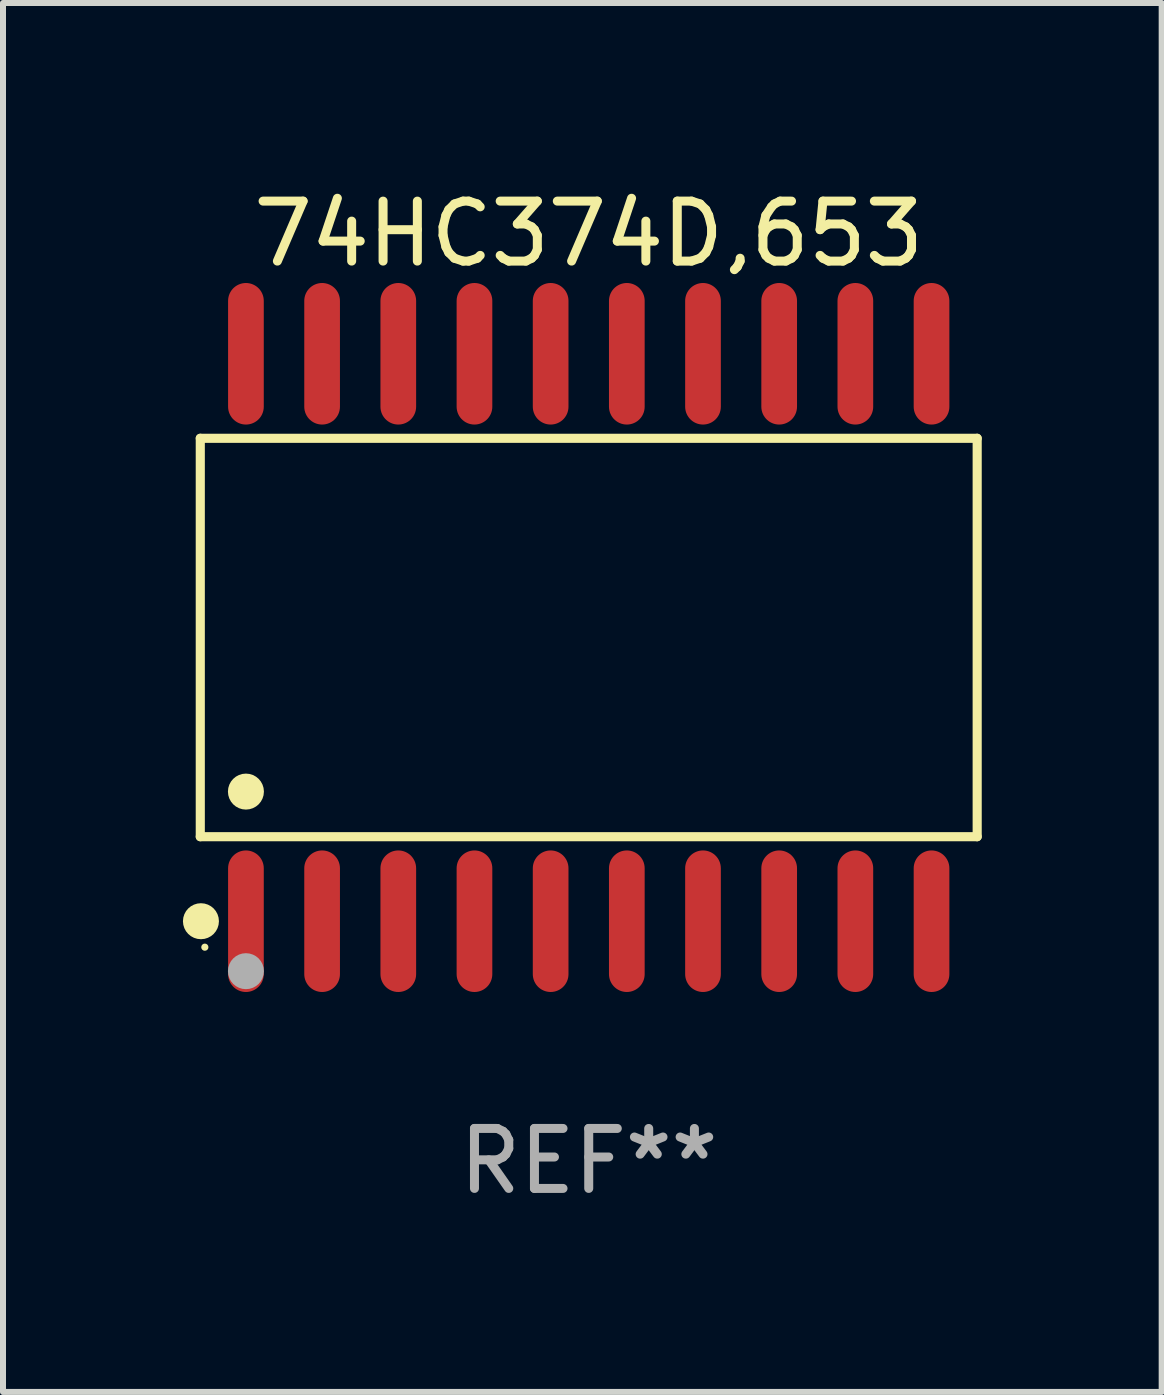
<source format=kicad_pcb>
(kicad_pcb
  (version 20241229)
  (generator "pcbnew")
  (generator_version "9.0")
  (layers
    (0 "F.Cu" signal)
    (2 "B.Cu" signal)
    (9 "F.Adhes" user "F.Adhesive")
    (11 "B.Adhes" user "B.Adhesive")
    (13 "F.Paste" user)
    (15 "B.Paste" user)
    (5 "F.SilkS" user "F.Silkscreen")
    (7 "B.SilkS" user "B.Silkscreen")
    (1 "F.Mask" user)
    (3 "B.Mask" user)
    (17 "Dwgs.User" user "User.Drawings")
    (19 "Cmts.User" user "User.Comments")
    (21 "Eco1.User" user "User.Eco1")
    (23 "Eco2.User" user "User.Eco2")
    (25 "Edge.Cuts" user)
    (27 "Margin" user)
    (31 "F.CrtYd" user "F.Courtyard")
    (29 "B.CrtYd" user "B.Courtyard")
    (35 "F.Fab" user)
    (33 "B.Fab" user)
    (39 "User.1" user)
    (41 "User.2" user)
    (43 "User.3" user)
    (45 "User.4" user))
  (footprint "74HC374D,653"
    (layer "F.Cu")
    (at 6.765 7.578)
    (property "Reference" "74HC374D,653" (at 0 -6.73 0) (layer "F.SilkS") (effects (font (size 1 1) (thickness 0.15))))
    (attr through_hole)
    (fp_line (start -6.476 -3.321) (end 6.476 -3.321) (stroke (width 0.152) (type solid)) (layer "F.SilkS"))
    (fp_line (start -6.476 3.321) (end -6.476 -3.321) (stroke (width 0.152) (type solid)) (layer "F.SilkS"))
    (fp_line (start 6.476 -3.321) (end 6.476 3.321) (stroke (width 0.152) (type solid)) (layer "F.SilkS"))
    (fp_line (start 6.476 3.321) (end -6.476 3.321) (stroke (width 0.152) (type solid)) (layer "F.SilkS"))
    (fp_circle (center -6.465 4.73) (end -6.315 4.73) (stroke (width 0.3) (type solid)) (fill no) (layer "F.SilkS"))
    (fp_circle (center -6.4 5.163) (end -6.37 5.163) (stroke (width 0.06) (type solid)) (fill no) (layer "F.SilkS"))
    (fp_circle (center -5.715 2.569) (end -5.565 2.569) (stroke (width 0.3) (type solid)) (fill no) (layer "F.SilkS"))
    (fp_circle (center -5.715 5.563) (end -5.565 5.563) (stroke (width 0.3) (type solid)) (fill no) (layer "F.Fab"))
    (fp_text user "REF**" (at 0 8.73 0) (layer "F.Fab") (effects (font (size 1 1) (thickness 0.15))))
    (pad "1" smd oval (at -5.715 4.73) (size 0.595 2.36) (layers "F.Cu" "F.Mask" "F.Paste"))
    (pad "2" smd oval (at -4.445 4.73) (size 0.595 2.36) (layers "F.Cu" "F.Mask" "F.Paste"))
    (pad "3" smd oval (at -3.175 4.73) (size 0.595 2.36) (layers "F.Cu" "F.Mask" "F.Paste"))
    (pad "4" smd oval (at -1.905 4.73) (size 0.595 2.36) (layers "F.Cu" "F.Mask" "F.Paste"))
    (pad "5" smd oval (at -0.635 4.73) (size 0.595 2.36) (layers "F.Cu" "F.Mask" "F.Paste"))
    (pad "6" smd oval (at 0.635 4.73) (size 0.595 2.36) (layers "F.Cu" "F.Mask" "F.Paste"))
    (pad "7" smd oval (at 1.905 4.73) (size 0.595 2.36) (layers "F.Cu" "F.Mask" "F.Paste"))
    (pad "8" smd oval (at 3.175 4.73) (size 0.595 2.36) (layers "F.Cu" "F.Mask" "F.Paste"))
    (pad "9" smd oval (at 4.445 4.73) (size 0.595 2.36) (layers "F.Cu" "F.Mask" "F.Paste"))
    (pad "10" smd oval (at 5.715 4.73) (size 0.595 2.36) (layers "F.Cu" "F.Mask" "F.Paste"))
    (pad "11" smd oval (at 5.715 -4.73) (size 0.595 2.36) (layers "F.Cu" "F.Mask" "F.Paste"))
    (pad "12" smd oval (at 4.445 -4.73) (size 0.595 2.36) (layers "F.Cu" "F.Mask" "F.Paste"))
    (pad "13" smd oval (at 3.175 -4.73) (size 0.595 2.36) (layers "F.Cu" "F.Mask" "F.Paste"))
    (pad "14" smd oval (at 1.905 -4.73) (size 0.595 2.36) (layers "F.Cu" "F.Mask" "F.Paste"))
    (pad "15" smd oval (at 0.635 -4.73) (size 0.595 2.36) (layers "F.Cu" "F.Mask" "F.Paste"))
    (pad "16" smd oval (at -0.635 -4.73) (size 0.595 2.36) (layers "F.Cu" "F.Mask" "F.Paste"))
    (pad "17" smd oval (at -1.905 -4.73) (size 0.595 2.36) (layers "F.Cu" "F.Mask" "F.Paste"))
    (pad "18" smd oval (at -3.175 -4.73) (size 0.595 2.36) (layers "F.Cu" "F.Mask" "F.Paste"))
    (pad "19" smd oval (at -4.445 -4.73) (size 0.595 2.36) (layers "F.Cu" "F.Mask" "F.Paste"))
    (pad "20" smd oval (at -5.715 -4.73) (size 0.595 2.36) (layers "F.Cu" "F.Mask" "F.Paste")))
  (gr_rect
    (start -3 -3)
    (end 16.317 20.156)
    (stroke (width 0.1) (type default))
    (fill no)
    (layer "Edge.Cuts")))
</source>
